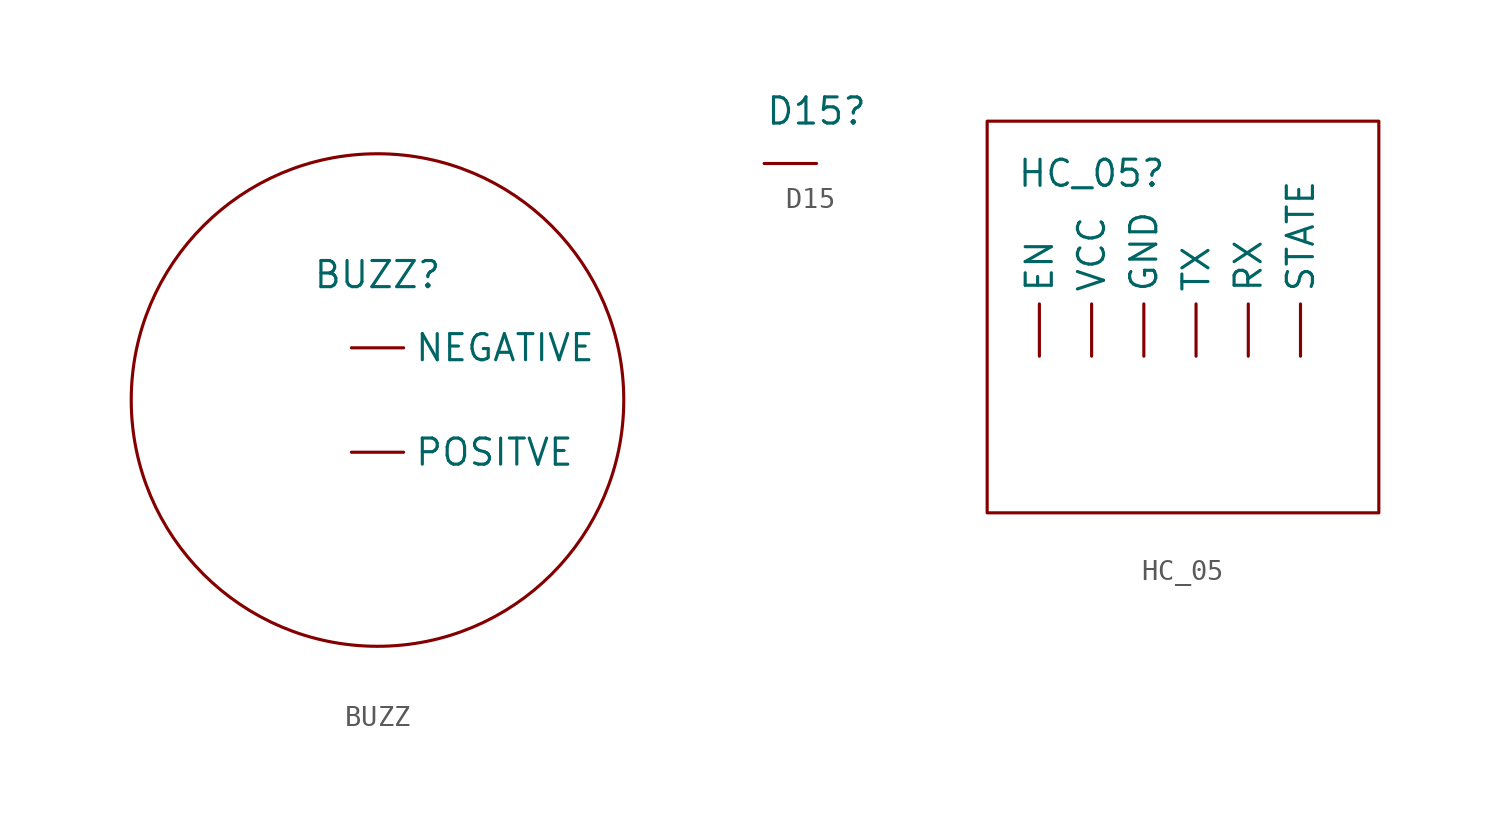
<source format=kicad_sym>
(kicad_symbol_lib
  (version 20241209)
  (generator "kicad_symbol_editor")
  (generator_version "9.0")
  (symbol "BUZZ"
    (property "Reference" "BUZZ"
      (at 1.27 -6.604 0)
      (effects (font (size 1.27 1.27))))
    (property "Value" ""
      (at 0 0 0)
      (effects (font (size 1.27 1.27))))
    (symbol "BUZZ_0_1"
      (circle (center 1.27 -12.7) (radius 11.981) (stroke (width 0) (type default)) (fill (type none))))
    (symbol "BUZZ_1_1"
      (pin passive line (at 0 -10.16 0) (length 2.54) (name "NEGATIVE" (effects (font (size 1.27 1.27)))) (number "" (effects (font (size 1.27 1.27)))))
      (pin passive line (at 0 -15.24 0) (length 2.54) (name "POSITVE" (effects (font (size 1.27 1.27)))) (number "" (effects (font (size 1.27 1.27)))))))
  (symbol "D15"
    (property "Reference" "D15"
      (at 0 0 0)
      (effects (font (size 1.27 1.27))))
    (property "Value" ""
      (at 0 0 0)
      (effects (font (size 1.27 1.27))))
    (symbol "D15_1_1"
      (pin passive line (at 0 -2.54 180) (length 2.54) (name "" (effects (font (size 1.27 1.27)))) (number "" (effects (font (size 1.27 1.27)))))))
  (symbol "HC_05"
    (property "Reference" "HC_05"
      (at 0 1.27 0)
      (effects (font (size 1.27 1.27))))
    (property "Value" ""
      (at 0 0 0)
      (effects (font (size 1.27 1.27))))
    (symbol "HC_05_0_1"
      (rectangle (start -5.08 3.81) (end 13.97 -15.24) (stroke (width 0) (type default)) (fill (type none))))
    (symbol "HC_05_1_1"
      (pin passive line (at -2.54 -7.62 90) (length 2.54) (name "EN" (effects (font (size 1.27 1.27)))) (number "" (effects (font (size 1.27 1.27)))))
      (pin passive line (at 0 -7.62 90) (length 2.54) (name "VCC" (effects (font (size 1.27 1.27)))) (number "" (effects (font (size 1.27 1.27)))))
      (pin passive line (at 2.54 -7.62 90) (length 2.54) (name "GND" (effects (font (size 1.27 1.27)))) (number "" (effects (font (size 1.27 1.27)))))
      (pin passive line (at 5.08 -7.62 90) (length 2.54) (name "TX" (effects (font (size 1.27 1.27)))) (number "" (effects (font (size 1.27 1.27)))))
      (pin passive line (at 7.62 -7.62 90) (length 2.54) (name "RX" (effects (font (size 1.27 1.27)))) (number "" (effects (font (size 1.27 1.27)))))
      (pin passive line (at 10.16 -7.62 90) (length 2.54) (name "STATE" (effects (font (size 1.27 1.27)))) (number "" (effects (font (size 1.27 1.27))))))))
</source>
